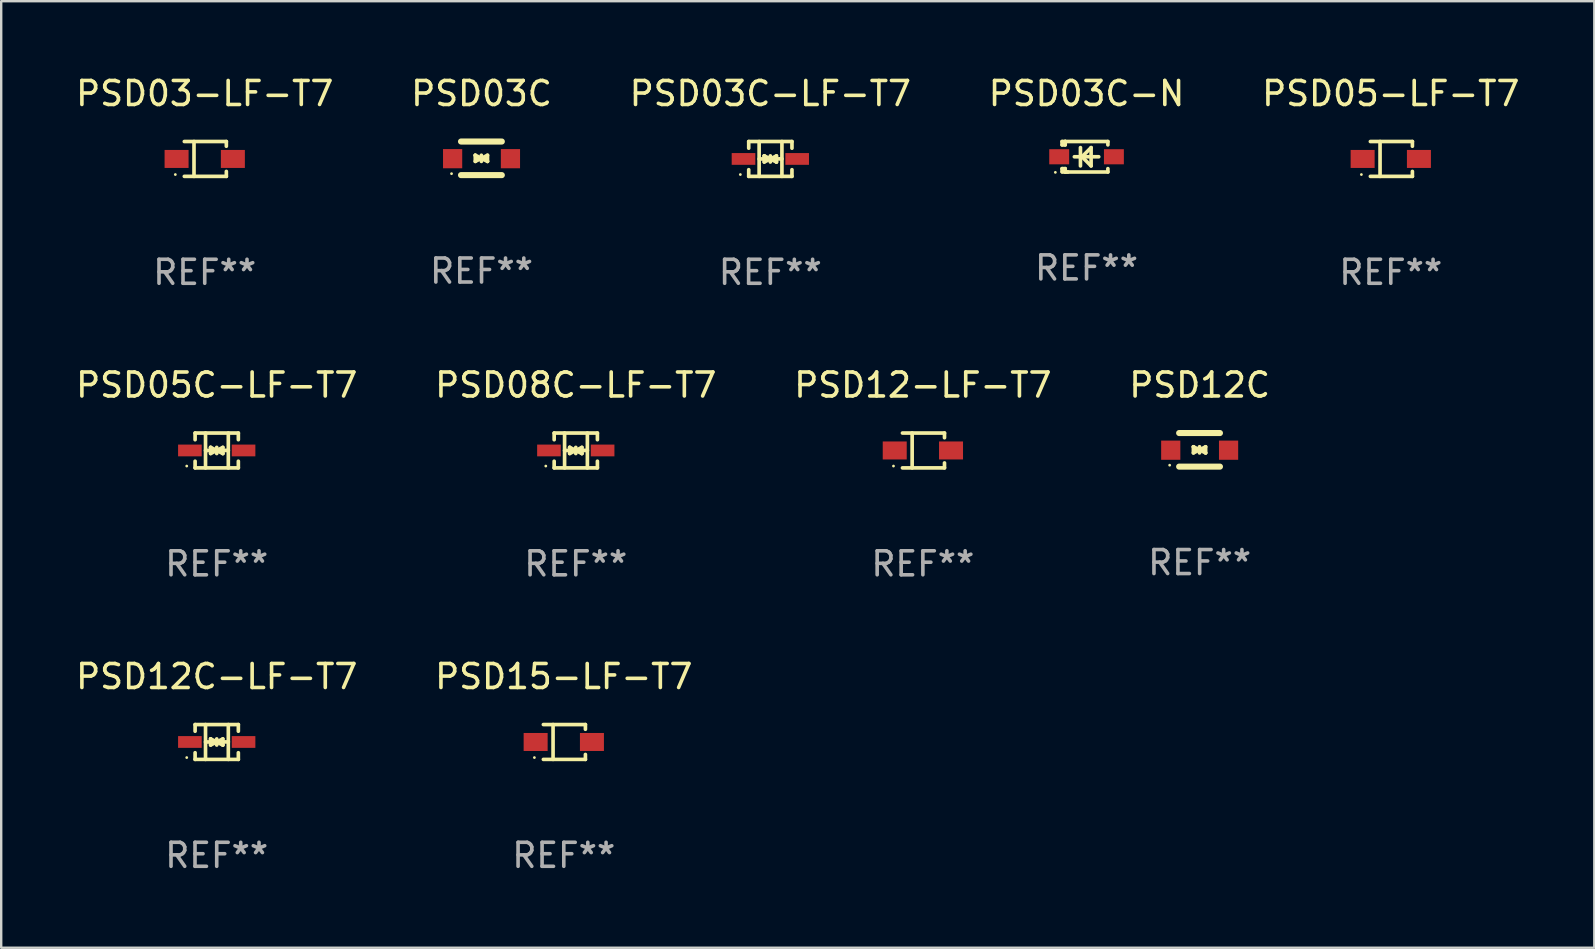
<source format=kicad_pcb>
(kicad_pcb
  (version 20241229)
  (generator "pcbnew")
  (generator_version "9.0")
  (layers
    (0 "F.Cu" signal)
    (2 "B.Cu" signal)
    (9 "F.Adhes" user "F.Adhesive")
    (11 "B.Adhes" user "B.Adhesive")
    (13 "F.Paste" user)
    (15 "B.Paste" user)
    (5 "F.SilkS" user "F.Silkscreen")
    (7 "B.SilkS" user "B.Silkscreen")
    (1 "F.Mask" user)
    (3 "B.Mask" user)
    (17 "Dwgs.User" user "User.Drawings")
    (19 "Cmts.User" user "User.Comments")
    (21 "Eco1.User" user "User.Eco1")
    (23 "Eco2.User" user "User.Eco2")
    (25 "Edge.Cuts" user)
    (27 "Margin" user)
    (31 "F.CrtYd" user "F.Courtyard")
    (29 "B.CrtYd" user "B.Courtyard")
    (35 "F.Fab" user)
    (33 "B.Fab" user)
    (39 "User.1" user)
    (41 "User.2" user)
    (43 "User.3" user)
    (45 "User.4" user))
  (footprint "PSD03C"
    (layer "F.Cu")
    (at 17.018 3.548)
    (property "Reference" "PSD03C" (at 0 -2.7 0) (layer "F.SilkS") (effects (font (size 1 1) (thickness 0.15))))
    (attr through_hole)
    (fp_line (start -0.855 -0.7) (end 0.845 -0.7) (stroke (width 0.254) (type solid)) (layer "F.SilkS"))
    (fp_line (start -0.855 0.7) (end 0.845 0.7) (stroke (width 0.254) (type solid)) (layer "F.SilkS"))
    (fp_line (start -0.26 -0.127) (end -0.26 -0.127) (stroke (width 0.154) (type solid)) (layer "F.SilkS"))
    (fp_line (start -0.26 -0.127) (end -0.008 -0.003) (stroke (width 0.154) (type solid)) (layer "F.SilkS"))
    (fp_line (start -0.26 0.127) (end -0.26 -0.127) (stroke (width 0.154) (type solid)) (layer "F.SilkS"))
    (fp_line (start -0.133 0.000483) (end -0.003 0.000483) (stroke (width 0.154) (type solid)) (layer "F.SilkS"))
    (fp_line (start -0.009 0.000483) (end -0.26 0.127) (stroke (width 0.154) (type solid)) (layer "F.SilkS"))
    (fp_line (start -0.006 -0.127) (end -0.006 0.127) (stroke (width 0.154) (type solid)) (layer "F.SilkS"))
    (fp_line (start -0.003 0.000483) (end 0.248 -0.127) (stroke (width 0.154) (type solid)) (layer "F.SilkS"))
    (fp_line (start 0.121 0.000483) (end -0.009 0.000483) (stroke (width 0.154) (type solid)) (layer "F.SilkS"))
    (fp_line (start 0.248 -0.127) (end 0.248 0.127) (stroke (width 0.154) (type solid)) (layer "F.SilkS"))
    (fp_line (start 0.248 0.127) (end -0.004 0.004) (stroke (width 0.154) (type solid)) (layer "F.SilkS"))
    (fp_line (start 0.248 0.127) (end 0.248 0.127) (stroke (width 0.154) (type solid)) (layer "F.SilkS"))
    (fp_circle (center -1.25 0.64) (end -1.22 0.64) (stroke (width 0.06) (type solid)) (fill no) (layer "F.SilkS"))
    (fp_text user "REF**" (at 0 4.7 0) (layer "F.Fab") (effects (font (size 1 1) (thickness 0.15))))
    (pad "1" smd rect (at -1.205 0.015) (size 0.8 0.8) (layers "F.Cu" "F.Mask" "F.Paste"))
    (pad "2" smd rect (at 1.205 0.015) (size 0.8 0.8) (layers "F.Cu" "F.Mask" "F.Paste")))
  (footprint "PSD15-LF-T7"
    (layer "F.Cu")
    (at 20.446 27.872)
    (property "Reference" "PSD15-LF-T7" (at 0 -2.726 0) (layer "F.SilkS") (effects (font (size 1 1) (thickness 0.15))))
    (attr through_hole)
    (fp_line (start -0.851 -0.726) (end 0.901 -0.726) (stroke (width 0.152) (type solid)) (layer "F.SilkS"))
    (fp_line (start -0.851 0.726) (end 0.901 0.726) (stroke (width 0.152) (type solid)) (layer "F.SilkS"))
    (fp_line (start -0.447 -0.726) (end -0.447 0.726) (stroke (width 0.152) (type solid)) (layer "F.SilkS"))
    (fp_line (start 0.901 -0.726) (end 0.901 -0.53) (stroke (width 0.152) (type solid)) (layer "F.SilkS"))
    (fp_line (start 0.901 0.726) (end 0.901 0.52) (stroke (width 0.152) (type solid)) (layer "F.SilkS"))
    (fp_circle (center -1.225 0.65) (end -1.195 0.65) (stroke (width 0.06) (type solid)) (fill no) (layer "F.SilkS"))
    (fp_text user "REF**" (at 0 4.726 0) (layer "F.Fab") (effects (font (size 1 1) (thickness 0.15))))
    (pad "1" smd rect (at -1.173 0) (size 1 0.75) (layers "F.Cu" "F.Mask" "F.Paste"))
    (pad "2" smd rect (at 1.173 0) (size 1 0.75) (layers "F.Cu" "F.Mask" "F.Paste")))
  (footprint "PSD12C"
    (layer "F.Cu")
    (at 46.946 15.697)
    (property "Reference" "PSD12C" (at 0 -2.7 0) (layer "F.SilkS") (effects (font (size 1 1) (thickness 0.15))))
    (attr through_hole)
    (fp_line (start -0.855 -0.7) (end 0.845 -0.7) (stroke (width 0.254) (type solid)) (layer "F.SilkS"))
    (fp_line (start -0.855 0.7) (end 0.845 0.7) (stroke (width 0.254) (type solid)) (layer "F.SilkS"))
    (fp_line (start -0.26 -0.127) (end -0.26 -0.127) (stroke (width 0.154) (type solid)) (layer "F.SilkS"))
    (fp_line (start -0.26 -0.127) (end -0.008 -0.003) (stroke (width 0.154) (type solid)) (layer "F.SilkS"))
    (fp_line (start -0.26 0.127) (end -0.26 -0.127) (stroke (width 0.154) (type solid)) (layer "F.SilkS"))
    (fp_line (start -0.133 0.000483) (end -0.003 0.000483) (stroke (width 0.154) (type solid)) (layer "F.SilkS"))
    (fp_line (start -0.009 0.000483) (end -0.26 0.127) (stroke (width 0.154) (type solid)) (layer "F.SilkS"))
    (fp_line (start -0.006 -0.127) (end -0.006 0.127) (stroke (width 0.154) (type solid)) (layer "F.SilkS"))
    (fp_line (start -0.003 0.000483) (end 0.248 -0.127) (stroke (width 0.154) (type solid)) (layer "F.SilkS"))
    (fp_line (start 0.121 0.000483) (end -0.009 0.000483) (stroke (width 0.154) (type solid)) (layer "F.SilkS"))
    (fp_line (start 0.248 -0.127) (end 0.248 0.127) (stroke (width 0.154) (type solid)) (layer "F.SilkS"))
    (fp_line (start 0.248 0.127) (end -0.004 0.004) (stroke (width 0.154) (type solid)) (layer "F.SilkS"))
    (fp_line (start 0.248 0.127) (end 0.248 0.127) (stroke (width 0.154) (type solid)) (layer "F.SilkS"))
    (fp_circle (center -1.25 0.64) (end -1.22 0.64) (stroke (width 0.06) (type solid)) (fill no) (layer "F.SilkS"))
    (fp_text user "REF**" (at 0 4.7 0) (layer "F.Fab") (effects (font (size 1 1) (thickness 0.15))))
    (pad "1" smd rect (at -1.205 0.015) (size 0.8 0.8) (layers "F.Cu" "F.Mask" "F.Paste"))
    (pad "2" smd rect (at 1.205 0.015) (size 0.8 0.8) (layers "F.Cu" "F.Mask" "F.Paste")))
  (footprint "PSD05C-LF-T7"
    (layer "F.Cu")
    (at 5.982 15.723)
    (property "Reference" "PSD05C-LF-T7" (at 0 -2.726 0) (layer "F.SilkS") (effects (font (size 1 1) (thickness 0.15))))
    (attr through_hole)
    (fp_line (start -0.901 -0.726) (end -0.901 -0.448) (stroke (width 0.152) (type solid)) (layer "F.SilkS"))
    (fp_line (start -0.901 0.726) (end -0.901 0.448) (stroke (width 0.152) (type solid)) (layer "F.SilkS"))
    (fp_line (start -0.467 0) (end 0.483 -0.003) (stroke (width 0.154) (type solid)) (layer "F.SilkS"))
    (fp_line (start -0.467 0.726) (end -0.467 -0.726) (stroke (width 0.152) (type solid)) (layer "F.SilkS"))
    (fp_line (start -0.254 -0.127) (end -0.254 -0.127) (stroke (width 0.154) (type solid)) (layer "F.SilkS"))
    (fp_line (start -0.254 -0.127) (end -0.002 -0.003) (stroke (width 0.154) (type solid)) (layer "F.SilkS"))
    (fp_line (start -0.254 0.127) (end -0.254 -0.127) (stroke (width 0.154) (type solid)) (layer "F.SilkS"))
    (fp_line (start -0.127 0) (end 0.003 0) (stroke (width 0.154) (type solid)) (layer "F.SilkS"))
    (fp_line (start -0.003 0) (end -0.254 0.127) (stroke (width 0.154) (type solid)) (layer "F.SilkS"))
    (fp_line (start 0 -0.127) (end 0 0.127) (stroke (width 0.154) (type solid)) (layer "F.SilkS"))
    (fp_line (start 0.003 0) (end 0.254 -0.127) (stroke (width 0.154) (type solid)) (layer "F.SilkS"))
    (fp_line (start 0.127 0) (end -0.003 0) (stroke (width 0.154) (type solid)) (layer "F.SilkS"))
    (fp_line (start 0.254 -0.127) (end 0.254 0.127) (stroke (width 0.154) (type solid)) (layer "F.SilkS"))
    (fp_line (start 0.254 0.127) (end 0.002 0.003) (stroke (width 0.154) (type solid)) (layer "F.SilkS"))
    (fp_line (start 0.254 0.127) (end 0.254 0.127) (stroke (width 0.154) (type solid)) (layer "F.SilkS"))
    (fp_line (start 0.483 0.726) (end 0.483 -0.726) (stroke (width 0.152) (type solid)) (layer "F.SilkS"))
    (fp_line (start 0.901 -0.726) (end -0.901 -0.726) (stroke (width 0.152) (type solid)) (layer "F.SilkS"))
    (fp_line (start 0.901 -0.726) (end 0.901 -0.448) (stroke (width 0.152) (type solid)) (layer "F.SilkS"))
    (fp_line (start 0.901 0.726) (end -0.901 0.726) (stroke (width 0.152) (type solid)) (layer "F.SilkS"))
    (fp_line (start 0.901 0.726) (end 0.901 0.448) (stroke (width 0.152) (type solid)) (layer "F.SilkS"))
    (fp_circle (center -1.25 0.65) (end -1.22 0.65) (stroke (width 0.06) (type solid)) (fill no) (layer "F.SilkS"))
    (fp_text user "REF**" (at 0 4.726 0) (layer "F.Fab") (effects (font (size 1 1) (thickness 0.15))))
    (pad "1" smd rect (at -1.118 0) (size 0.985 0.49) (layers "F.Cu" "F.Mask" "F.Paste"))
    (pad "2" smd rect (at 1.118 0) (size 0.985 0.49) (layers "F.Cu" "F.Mask" "F.Paste")))
  (footprint "PSD03C-N"
    (layer "F.Cu")
    (at 42.232 3.483)
    (property "Reference" "PSD03C-N" (at 0 -2.635 0) (layer "F.SilkS") (effects (font (size 1 1) (thickness 0.15))))
    (attr through_hole)
    (fp_line (start -1.02 -0.635) (end -1.02 -0.495) (stroke (width 0.152) (type solid)) (layer "F.SilkS"))
    (fp_line (start -1.02 -0.495) (end -0.889 -0.495) (stroke (width 0.152) (type solid)) (layer "F.SilkS"))
    (fp_line (start -1.02 0.495) (end -1.02 0.62) (stroke (width 0.152) (type solid)) (layer "F.SilkS"))
    (fp_line (start -1.02 0.495) (end -0.889 0.495) (stroke (width 0.152) (type solid)) (layer "F.SilkS"))
    (fp_line (start -0.889 -0.635) (end -1.02 -0.635) (stroke (width 0.152) (type solid)) (layer "F.SilkS"))
    (fp_line (start -0.889 -0.635) (end -0.889 -0.595) (stroke (width 0.152) (type solid)) (layer "F.SilkS"))
    (fp_line (start -0.889 -0.635) (end 0.889 -0.635) (stroke (width 0.152) (type solid)) (layer "F.SilkS"))
    (fp_line (start -0.889 -0.495) (end -0.889 -0.635) (stroke (width 0.152) (type solid)) (layer "F.SilkS"))
    (fp_line (start -0.889 0.595) (end -0.889 0.495) (stroke (width 0.152) (type solid)) (layer "F.SilkS"))
    (fp_line (start -0.889 0.595) (end -0.889 0.635) (stroke (width 0.152) (type solid)) (layer "F.SilkS"))
    (fp_line (start -0.889 0.635) (end 0.889 0.635) (stroke (width 0.152) (type solid)) (layer "F.SilkS"))
    (fp_line (start -0.776 0.635) (end -1.014 0.635) (stroke (width 0.152) (type solid)) (layer "F.SilkS"))
    (fp_line (start -0.254 -0.381) (end -0.254 0.381) (stroke (width 0.152) (type solid)) (layer "F.SilkS"))
    (fp_line (start -0.191 0) (end 0.19 -0.381) (stroke (width 0.152) (type solid)) (layer "F.SilkS"))
    (fp_line (start 0.19 -0.381) (end 0.19 0.381) (stroke (width 0.152) (type solid)) (layer "F.SilkS"))
    (fp_line (start 0.19 0.381) (end -0.191 0) (stroke (width 0.152) (type solid)) (layer "F.SilkS"))
    (fp_line (start 0.508 0) (end -0.508 0) (stroke (width 0.152) (type solid)) (layer "F.SilkS"))
    (fp_line (start 0.889 -0.635) (end 0.889 -0.495) (stroke (width 0.152) (type solid)) (layer "F.SilkS"))
    (fp_line (start 0.889 0.495) (end 0.889 0.635) (stroke (width 0.152) (type solid)) (layer "F.SilkS"))
    (fp_circle (center -1.3 0.65) (end -1.27 0.65) (stroke (width 0.06) (type solid)) (fill no) (layer "F.SilkS"))
    (fp_text user "REF**" (at 0 4.635 0) (layer "F.Fab") (effects (font (size 1 1) (thickness 0.15))))
    (pad "1" smd rect (at -1.14 0 90) (size 0.63 0.83) (layers "F.Cu" "F.Mask" "F.Paste"))
    (pad "2" smd rect (at 1.14 0 90) (size 0.63 0.83) (layers "F.Cu" "F.Mask" "F.Paste")))
  (footprint "PSD12C-LF-T7"
    (layer "F.Cu")
    (at 5.982 27.872)
    (property "Reference" "PSD12C-LF-T7" (at 0 -2.726 0) (layer "F.SilkS") (effects (font (size 1 1) (thickness 0.15))))
    (attr through_hole)
    (fp_line (start -0.901 -0.726) (end -0.901 -0.448) (stroke (width 0.152) (type solid)) (layer "F.SilkS"))
    (fp_line (start -0.901 0.726) (end -0.901 0.448) (stroke (width 0.152) (type solid)) (layer "F.SilkS"))
    (fp_line (start -0.467 0) (end 0.483 -0.003) (stroke (width 0.154) (type solid)) (layer "F.SilkS"))
    (fp_line (start -0.467 0.726) (end -0.467 -0.726) (stroke (width 0.152) (type solid)) (layer "F.SilkS"))
    (fp_line (start -0.254 -0.127) (end -0.254 -0.127) (stroke (width 0.154) (type solid)) (layer "F.SilkS"))
    (fp_line (start -0.254 -0.127) (end -0.002 -0.003) (stroke (width 0.154) (type solid)) (layer "F.SilkS"))
    (fp_line (start -0.254 0.127) (end -0.254 -0.127) (stroke (width 0.154) (type solid)) (layer "F.SilkS"))
    (fp_line (start -0.127 0) (end 0.003 0) (stroke (width 0.154) (type solid)) (layer "F.SilkS"))
    (fp_line (start -0.003 0) (end -0.254 0.127) (stroke (width 0.154) (type solid)) (layer "F.SilkS"))
    (fp_line (start 0 -0.127) (end 0 0.127) (stroke (width 0.154) (type solid)) (layer "F.SilkS"))
    (fp_line (start 0.003 0) (end 0.254 -0.127) (stroke (width 0.154) (type solid)) (layer "F.SilkS"))
    (fp_line (start 0.127 0) (end -0.003 0) (stroke (width 0.154) (type solid)) (layer "F.SilkS"))
    (fp_line (start 0.254 -0.127) (end 0.254 0.127) (stroke (width 0.154) (type solid)) (layer "F.SilkS"))
    (fp_line (start 0.254 0.127) (end 0.002 0.003) (stroke (width 0.154) (type solid)) (layer "F.SilkS"))
    (fp_line (start 0.254 0.127) (end 0.254 0.127) (stroke (width 0.154) (type solid)) (layer "F.SilkS"))
    (fp_line (start 0.483 0.726) (end 0.483 -0.726) (stroke (width 0.152) (type solid)) (layer "F.SilkS"))
    (fp_line (start 0.901 -0.726) (end -0.901 -0.726) (stroke (width 0.152) (type solid)) (layer "F.SilkS"))
    (fp_line (start 0.901 -0.726) (end 0.901 -0.448) (stroke (width 0.152) (type solid)) (layer "F.SilkS"))
    (fp_line (start 0.901 0.726) (end -0.901 0.726) (stroke (width 0.152) (type solid)) (layer "F.SilkS"))
    (fp_line (start 0.901 0.726) (end 0.901 0.448) (stroke (width 0.152) (type solid)) (layer "F.SilkS"))
    (fp_circle (center -1.25 0.65) (end -1.22 0.65) (stroke (width 0.06) (type solid)) (fill no) (layer "F.SilkS"))
    (fp_text user "REF**" (at 0 4.726 0) (layer "F.Fab") (effects (font (size 1 1) (thickness 0.15))))
    (pad "1" smd rect (at -1.118 0) (size 0.985 0.49) (layers "F.Cu" "F.Mask" "F.Paste"))
    (pad "2" smd rect (at 1.118 0) (size 0.985 0.49) (layers "F.Cu" "F.Mask" "F.Paste")))
  (footprint "PSD03C-LF-T7"
    (layer "F.Cu")
    (at 29.054 3.574)
    (property "Reference" "PSD03C-LF-T7" (at 0 -2.726 0) (layer "F.SilkS") (effects (font (size 1 1) (thickness 0.15))))
    (attr through_hole)
    (fp_line (start -0.901 -0.726) (end -0.901 -0.448) (stroke (width 0.152) (type solid)) (layer "F.SilkS"))
    (fp_line (start -0.901 0.726) (end -0.901 0.448) (stroke (width 0.152) (type solid)) (layer "F.SilkS"))
    (fp_line (start -0.467 0) (end 0.483 -0.003) (stroke (width 0.154) (type solid)) (layer "F.SilkS"))
    (fp_line (start -0.467 0.726) (end -0.467 -0.726) (stroke (width 0.152) (type solid)) (layer "F.SilkS"))
    (fp_line (start -0.254 -0.127) (end -0.254 -0.127) (stroke (width 0.154) (type solid)) (layer "F.SilkS"))
    (fp_line (start -0.254 -0.127) (end -0.002 -0.003) (stroke (width 0.154) (type solid)) (layer "F.SilkS"))
    (fp_line (start -0.254 0.127) (end -0.254 -0.127) (stroke (width 0.154) (type solid)) (layer "F.SilkS"))
    (fp_line (start -0.127 0) (end 0.003 0) (stroke (width 0.154) (type solid)) (layer "F.SilkS"))
    (fp_line (start -0.003 0) (end -0.254 0.127) (stroke (width 0.154) (type solid)) (layer "F.SilkS"))
    (fp_line (start 0 -0.127) (end 0 0.127) (stroke (width 0.154) (type solid)) (layer "F.SilkS"))
    (fp_line (start 0.003 0) (end 0.254 -0.127) (stroke (width 0.154) (type solid)) (layer "F.SilkS"))
    (fp_line (start 0.127 0) (end -0.003 0) (stroke (width 0.154) (type solid)) (layer "F.SilkS"))
    (fp_line (start 0.254 -0.127) (end 0.254 0.127) (stroke (width 0.154) (type solid)) (layer "F.SilkS"))
    (fp_line (start 0.254 0.127) (end 0.002 0.003) (stroke (width 0.154) (type solid)) (layer "F.SilkS"))
    (fp_line (start 0.254 0.127) (end 0.254 0.127) (stroke (width 0.154) (type solid)) (layer "F.SilkS"))
    (fp_line (start 0.483 0.726) (end 0.483 -0.726) (stroke (width 0.152) (type solid)) (layer "F.SilkS"))
    (fp_line (start 0.901 -0.726) (end -0.901 -0.726) (stroke (width 0.152) (type solid)) (layer "F.SilkS"))
    (fp_line (start 0.901 -0.726) (end 0.901 -0.448) (stroke (width 0.152) (type solid)) (layer "F.SilkS"))
    (fp_line (start 0.901 0.726) (end -0.901 0.726) (stroke (width 0.152) (type solid)) (layer "F.SilkS"))
    (fp_line (start 0.901 0.726) (end 0.901 0.448) (stroke (width 0.152) (type solid)) (layer "F.SilkS"))
    (fp_circle (center -1.25 0.65) (end -1.22 0.65) (stroke (width 0.06) (type solid)) (fill no) (layer "F.SilkS"))
    (fp_text user "REF**" (at 0 4.726 0) (layer "F.Fab") (effects (font (size 1 1) (thickness 0.15))))
    (pad "1" smd rect (at -1.118 0) (size 0.985 0.49) (layers "F.Cu" "F.Mask" "F.Paste"))
    (pad "2" smd rect (at 1.118 0) (size 0.985 0.49) (layers "F.Cu" "F.Mask" "F.Paste")))
  (footprint "PSD08C-LF-T7"
    (layer "F.Cu")
    (at 20.946 15.723)
    (property "Reference" "PSD08C-LF-T7" (at 0 -2.726 0) (layer "F.SilkS") (effects (font (size 1 1) (thickness 0.15))))
    (attr through_hole)
    (fp_line (start -0.901 -0.726) (end -0.901 -0.448) (stroke (width 0.152) (type solid)) (layer "F.SilkS"))
    (fp_line (start -0.901 0.726) (end -0.901 0.448) (stroke (width 0.152) (type solid)) (layer "F.SilkS"))
    (fp_line (start -0.467 0) (end 0.483 -0.003) (stroke (width 0.154) (type solid)) (layer "F.SilkS"))
    (fp_line (start -0.467 0.726) (end -0.467 -0.726) (stroke (width 0.152) (type solid)) (layer "F.SilkS"))
    (fp_line (start -0.254 -0.127) (end -0.254 -0.127) (stroke (width 0.154) (type solid)) (layer "F.SilkS"))
    (fp_line (start -0.254 -0.127) (end -0.002 -0.003) (stroke (width 0.154) (type solid)) (layer "F.SilkS"))
    (fp_line (start -0.254 0.127) (end -0.254 -0.127) (stroke (width 0.154) (type solid)) (layer "F.SilkS"))
    (fp_line (start -0.127 0) (end 0.003 0) (stroke (width 0.154) (type solid)) (layer "F.SilkS"))
    (fp_line (start -0.003 0) (end -0.254 0.127) (stroke (width 0.154) (type solid)) (layer "F.SilkS"))
    (fp_line (start 0 -0.127) (end 0 0.127) (stroke (width 0.154) (type solid)) (layer "F.SilkS"))
    (fp_line (start 0.003 0) (end 0.254 -0.127) (stroke (width 0.154) (type solid)) (layer "F.SilkS"))
    (fp_line (start 0.127 0) (end -0.003 0) (stroke (width 0.154) (type solid)) (layer "F.SilkS"))
    (fp_line (start 0.254 -0.127) (end 0.254 0.127) (stroke (width 0.154) (type solid)) (layer "F.SilkS"))
    (fp_line (start 0.254 0.127) (end 0.002 0.003) (stroke (width 0.154) (type solid)) (layer "F.SilkS"))
    (fp_line (start 0.254 0.127) (end 0.254 0.127) (stroke (width 0.154) (type solid)) (layer "F.SilkS"))
    (fp_line (start 0.483 0.726) (end 0.483 -0.726) (stroke (width 0.152) (type solid)) (layer "F.SilkS"))
    (fp_line (start 0.901 -0.726) (end -0.901 -0.726) (stroke (width 0.152) (type solid)) (layer "F.SilkS"))
    (fp_line (start 0.901 -0.726) (end 0.901 -0.448) (stroke (width 0.152) (type solid)) (layer "F.SilkS"))
    (fp_line (start 0.901 0.726) (end -0.901 0.726) (stroke (width 0.152) (type solid)) (layer "F.SilkS"))
    (fp_line (start 0.901 0.726) (end 0.901 0.448) (stroke (width 0.152) (type solid)) (layer "F.SilkS"))
    (fp_circle (center -1.25 0.65) (end -1.22 0.65) (stroke (width 0.06) (type solid)) (fill no) (layer "F.SilkS"))
    (fp_text user "REF**" (at 0 4.726 0) (layer "F.Fab") (effects (font (size 1 1) (thickness 0.15))))
    (pad "1" smd rect (at -1.118 0) (size 0.985 0.49) (layers "F.Cu" "F.Mask" "F.Paste"))
    (pad "2" smd rect (at 1.118 0) (size 0.985 0.49) (layers "F.Cu" "F.Mask" "F.Paste")))
  (footprint "PSD03-LF-T7"
    (layer "F.Cu")
    (at 5.482 3.574)
    (property "Reference" "PSD03-LF-T7" (at 0 -2.726 0) (layer "F.SilkS") (effects (font (size 1 1) (thickness 0.15))))
    (attr through_hole)
    (fp_line (start -0.851 -0.726) (end 0.901 -0.726) (stroke (width 0.152) (type solid)) (layer "F.SilkS"))
    (fp_line (start -0.851 0.726) (end 0.901 0.726) (stroke (width 0.152) (type solid)) (layer "F.SilkS"))
    (fp_line (start -0.447 -0.726) (end -0.447 0.726) (stroke (width 0.152) (type solid)) (layer "F.SilkS"))
    (fp_line (start 0.901 -0.726) (end 0.901 -0.53) (stroke (width 0.152) (type solid)) (layer "F.SilkS"))
    (fp_line (start 0.901 0.726) (end 0.901 0.52) (stroke (width 0.152) (type solid)) (layer "F.SilkS"))
    (fp_circle (center -1.225 0.65) (end -1.195 0.65) (stroke (width 0.06) (type solid)) (fill no) (layer "F.SilkS"))
    (fp_text user "REF**" (at 0 4.726 0) (layer "F.Fab") (effects (font (size 1 1) (thickness 0.15))))
    (pad "1" smd rect (at -1.173 0) (size 1 0.75) (layers "F.Cu" "F.Mask" "F.Paste"))
    (pad "2" smd rect (at 1.173 0) (size 1 0.75) (layers "F.Cu" "F.Mask" "F.Paste")))
  (footprint "PSD05-LF-T7"
    (layer "F.Cu")
    (at 54.911 3.574)
    (property "Reference" "PSD05-LF-T7" (at 0 -2.726 0) (layer "F.SilkS") (effects (font (size 1 1) (thickness 0.15))))
    (attr through_hole)
    (fp_line (start -0.851 -0.726) (end 0.901 -0.726) (stroke (width 0.152) (type solid)) (layer "F.SilkS"))
    (fp_line (start -0.851 0.726) (end 0.901 0.726) (stroke (width 0.152) (type solid)) (layer "F.SilkS"))
    (fp_line (start -0.447 -0.726) (end -0.447 0.726) (stroke (width 0.152) (type solid)) (layer "F.SilkS"))
    (fp_line (start 0.901 -0.726) (end 0.901 -0.53) (stroke (width 0.152) (type solid)) (layer "F.SilkS"))
    (fp_line (start 0.901 0.726) (end 0.901 0.52) (stroke (width 0.152) (type solid)) (layer "F.SilkS"))
    (fp_circle (center -1.225 0.65) (end -1.195 0.65) (stroke (width 0.06) (type solid)) (fill no) (layer "F.SilkS"))
    (fp_text user "REF**" (at 0 4.726 0) (layer "F.Fab") (effects (font (size 1 1) (thickness 0.15))))
    (pad "1" smd rect (at -1.173 0) (size 1 0.75) (layers "F.Cu" "F.Mask" "F.Paste"))
    (pad "2" smd rect (at 1.173 0) (size 1 0.75) (layers "F.Cu" "F.Mask" "F.Paste")))
  (footprint "PSD12-LF-T7"
    (layer "F.Cu")
    (at 35.411 15.723)
    (property "Reference" "PSD12-LF-T7" (at 0 -2.726 0) (layer "F.SilkS") (effects (font (size 1 1) (thickness 0.15))))
    (attr through_hole)
    (fp_line (start -0.851 -0.726) (end 0.901 -0.726) (stroke (width 0.152) (type solid)) (layer "F.SilkS"))
    (fp_line (start -0.851 0.726) (end 0.901 0.726) (stroke (width 0.152) (type solid)) (layer "F.SilkS"))
    (fp_line (start -0.447 -0.726) (end -0.447 0.726) (stroke (width 0.152) (type solid)) (layer "F.SilkS"))
    (fp_line (start 0.901 -0.726) (end 0.901 -0.53) (stroke (width 0.152) (type solid)) (layer "F.SilkS"))
    (fp_line (start 0.901 0.726) (end 0.901 0.52) (stroke (width 0.152) (type solid)) (layer "F.SilkS"))
    (fp_circle (center -1.225 0.65) (end -1.195 0.65) (stroke (width 0.06) (type solid)) (fill no) (layer "F.SilkS"))
    (fp_text user "REF**" (at 0 4.726 0) (layer "F.Fab") (effects (font (size 1 1) (thickness 0.15))))
    (pad "1" smd rect (at -1.173 0) (size 1 0.75) (layers "F.Cu" "F.Mask" "F.Paste"))
    (pad "2" smd rect (at 1.173 0) (size 1 0.75) (layers "F.Cu" "F.Mask" "F.Paste")))
  (gr_rect
    (start -3 -3)
    (end 63.393 36.447)
    (stroke (width 0.1) (type default))
    (fill no)
    (layer "Edge.Cuts")))
</source>
